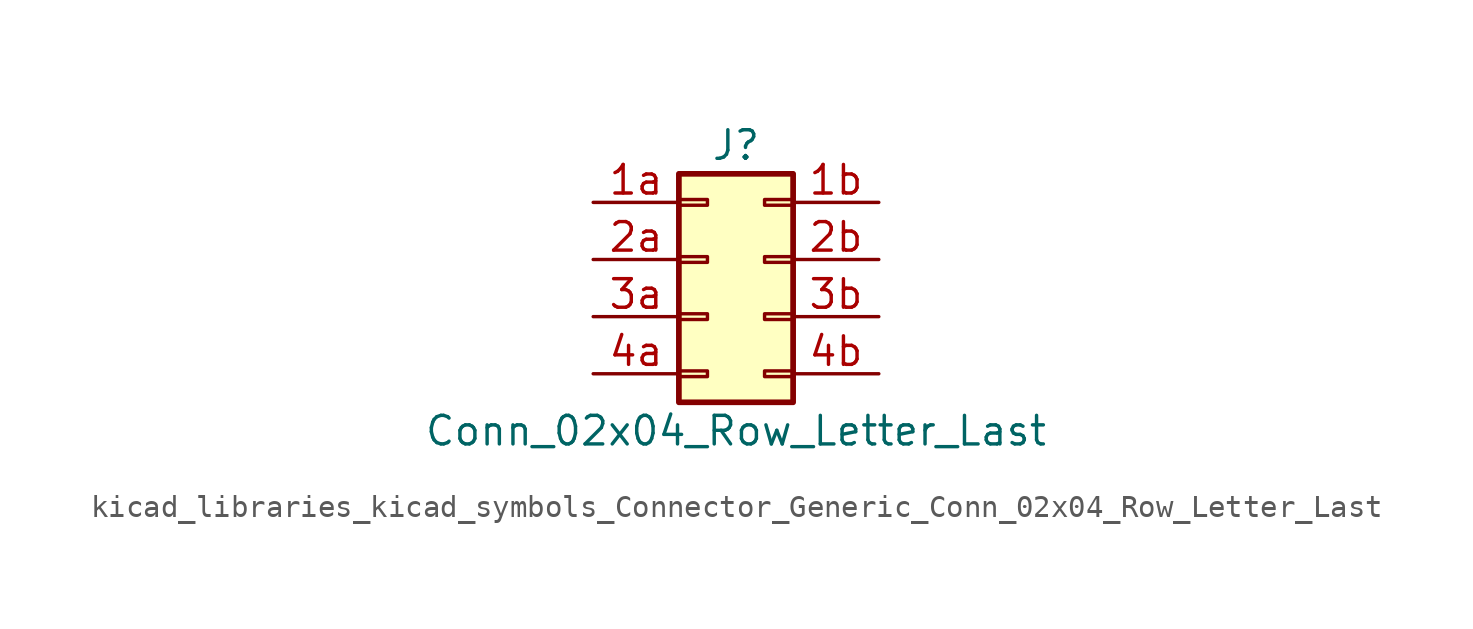
<source format=kicad_sym>
(kicad_symbol_lib
  (version 20220914)
  (generator kicad_symbol_editor)
  (symbol "kicad_libraries_kicad_symbols_Connector_Generic_Conn_02x04_Row_Letter_Last"
    (pin_names
      (offset 1.016) hide)
    (property "Reference" "J"
      (at 1.27 5.08 0)
      (effects (font (size 1.27 1.27))))
    (property "Value" "Conn_02x04_Row_Letter_Last"
      (at 1.27 -7.62 0)
      (effects (font (size 1.27 1.27))))
    (symbol "kicad_libraries_kicad_symbols_Connector_Generic_Conn_02x04_Row_Letter_Last_1_1"
      (rectangle (start -1.27 -4.953) (end 0 -5.207) (stroke (width 0.152) (type default)) (fill (type none)))
      (rectangle (start -1.27 -2.413) (end 0 -2.667) (stroke (width 0.152) (type default)) (fill (type none)))
      (rectangle (start -1.27 0.127) (end 0 -0.127) (stroke (width 0.152) (type default)) (fill (type none)))
      (rectangle (start -1.27 2.667) (end 0 2.413) (stroke (width 0.152) (type default)) (fill (type none)))
      (rectangle (start -1.27 3.81) (end 3.81 -6.35) (stroke (width 0.254) (type default)) (fill (type background)))
      (rectangle (start 3.81 -4.953) (end 2.54 -5.207) (stroke (width 0.152) (type default)) (fill (type none)))
      (rectangle (start 3.81 -2.413) (end 2.54 -2.667) (stroke (width 0.152) (type default)) (fill (type none)))
      (rectangle (start 3.81 0.127) (end 2.54 -0.127) (stroke (width 0.152) (type default)) (fill (type none)))
      (rectangle (start 3.81 2.667) (end 2.54 2.413) (stroke (width 0.152) (type default)) (fill (type none)))
      (pin passive line (at -5.08 2.54 0) (length 3.81) (name "Pin_1a" (effects (font (size 1.27 1.27)))) (number "1a" (effects (font (size 1.27 1.27)))))
      (pin passive line (at 7.62 2.54 180) (length 3.81) (name "Pin_1b" (effects (font (size 1.27 1.27)))) (number "1b" (effects (font (size 1.27 1.27)))))
      (pin passive line (at -5.08 0 0) (length 3.81) (name "Pin_2a" (effects (font (size 1.27 1.27)))) (number "2a" (effects (font (size 1.27 1.27)))))
      (pin passive line (at 7.62 0 180) (length 3.81) (name "Pin_2b" (effects (font (size 1.27 1.27)))) (number "2b" (effects (font (size 1.27 1.27)))))
      (pin passive line (at -5.08 -2.54 0) (length 3.81) (name "Pin_3a" (effects (font (size 1.27 1.27)))) (number "3a" (effects (font (size 1.27 1.27)))))
      (pin passive line (at 7.62 -2.54 180) (length 3.81) (name "Pin_3b" (effects (font (size 1.27 1.27)))) (number "3b" (effects (font (size 1.27 1.27)))))
      (pin passive line (at -5.08 -5.08 0) (length 3.81) (name "Pin_4a" (effects (font (size 1.27 1.27)))) (number "4a" (effects (font (size 1.27 1.27)))))
      (pin passive line (at 7.62 -5.08 180) (length 3.81) (name "Pin_4b" (effects (font (size 1.27 1.27)))) (number "4b" (effects (font (size 1.27 1.27))))))))
</source>
